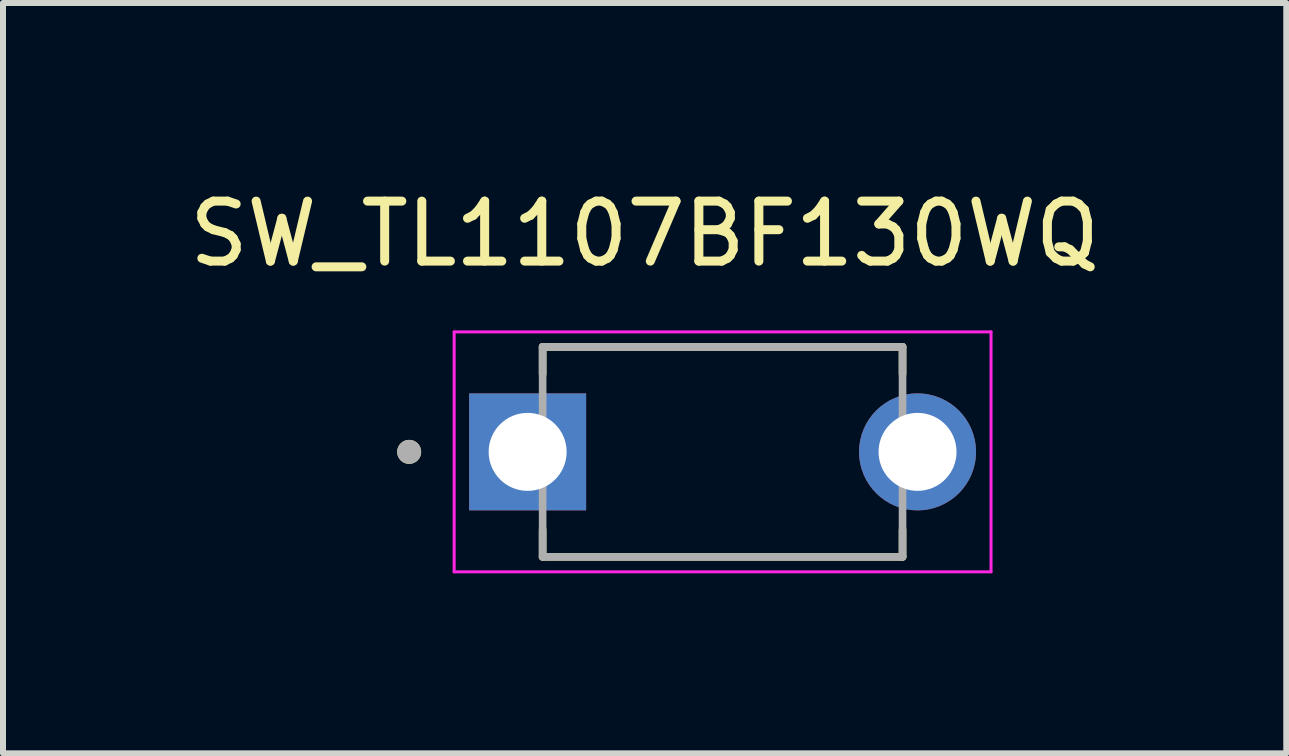
<source format=kicad_pcb>
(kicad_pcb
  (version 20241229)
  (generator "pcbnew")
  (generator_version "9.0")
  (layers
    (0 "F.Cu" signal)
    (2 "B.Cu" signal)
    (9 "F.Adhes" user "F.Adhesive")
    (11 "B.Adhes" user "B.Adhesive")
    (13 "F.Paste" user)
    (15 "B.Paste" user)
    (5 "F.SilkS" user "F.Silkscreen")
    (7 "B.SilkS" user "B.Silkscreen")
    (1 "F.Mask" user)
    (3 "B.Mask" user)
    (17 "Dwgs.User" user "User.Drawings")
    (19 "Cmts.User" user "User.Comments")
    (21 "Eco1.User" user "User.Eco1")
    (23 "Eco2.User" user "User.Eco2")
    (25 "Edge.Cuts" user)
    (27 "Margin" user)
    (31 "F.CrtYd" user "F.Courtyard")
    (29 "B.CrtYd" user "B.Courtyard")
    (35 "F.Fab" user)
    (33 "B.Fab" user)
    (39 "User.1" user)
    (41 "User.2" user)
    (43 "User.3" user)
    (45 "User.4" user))
  (footprint "SW_TL1107BF130WQ"
    (layer "F.Cu")
    (at 8.996 4.483)
    (property "Reference" "SW_TL1107BF130WQ" (at -1.3 -3.635 0) (layer "F.SilkS") (effects (font (size 1 1) (thickness 0.15))))
    (attr through_hole)
    (fp_line (start -3 -1.75) (end -3 -1.295) (stroke (width 0.127) (type solid)) (layer "F.SilkS"))
    (fp_line (start -3 1.75) (end -3 1.295) (stroke (width 0.127) (type solid)) (layer "F.SilkS"))
    (fp_line (start -3 1.75) (end 3 1.75) (stroke (width 0.127) (type solid)) (layer "F.SilkS"))
    (fp_line (start 3 -1.75) (end -3 -1.75) (stroke (width 0.127) (type solid)) (layer "F.SilkS"))
    (fp_line (start 3 -1.295) (end 3 -1.75) (stroke (width 0.127) (type solid)) (layer "F.SilkS"))
    (fp_line (start 3 1.75) (end 3 1.295) (stroke (width 0.127) (type solid)) (layer "F.SilkS"))
    (fp_circle (center -5.225 0) (end -5.125 0) (stroke (width 0.2) (type solid)) (fill no) (layer "F.SilkS"))
    (fp_line (start -4.475 -2) (end -4.475 2) (stroke (width 0.05) (type solid)) (layer "F.CrtYd"))
    (fp_line (start -4.475 2) (end 4.475 2) (stroke (width 0.05) (type solid)) (layer "F.CrtYd"))
    (fp_line (start 4.475 -2) (end -4.475 -2) (stroke (width 0.05) (type solid)) (layer "F.CrtYd"))
    (fp_line (start 4.475 2) (end 4.475 -2) (stroke (width 0.05) (type solid)) (layer "F.CrtYd"))
    (fp_line (start -3 -1.75) (end -3 1.75) (stroke (width 0.127) (type solid)) (layer "F.Fab"))
    (fp_line (start -3 1.75) (end 3 1.75) (stroke (width 0.127) (type solid)) (layer "F.Fab"))
    (fp_line (start 3 -1.75) (end -3 -1.75) (stroke (width 0.127) (type solid)) (layer "F.Fab"))
    (fp_line (start 3 1.75) (end 3 -1.75) (stroke (width 0.127) (type solid)) (layer "F.Fab"))
    (fp_circle (center -5.225 0) (end -5.125 0) (stroke (width 0.2) (type solid)) (fill no) (layer "F.Fab"))
    (pad "1" thru_hole rect (at -3.25 0) (size 1.95 1.95) (drill 1.3) (layers "*.Cu" "*.Mask"))
    (pad "2" thru_hole circle (at 3.25 0) (size 1.95 1.95) (drill 1.3) (layers "*.Cu" "*.Mask")))
  (gr_rect
    (start -3 -3)
    (end 18.393 9.508)
    (stroke (width 0.1) (type default))
    (fill no)
    (layer "Edge.Cuts")))
</source>
